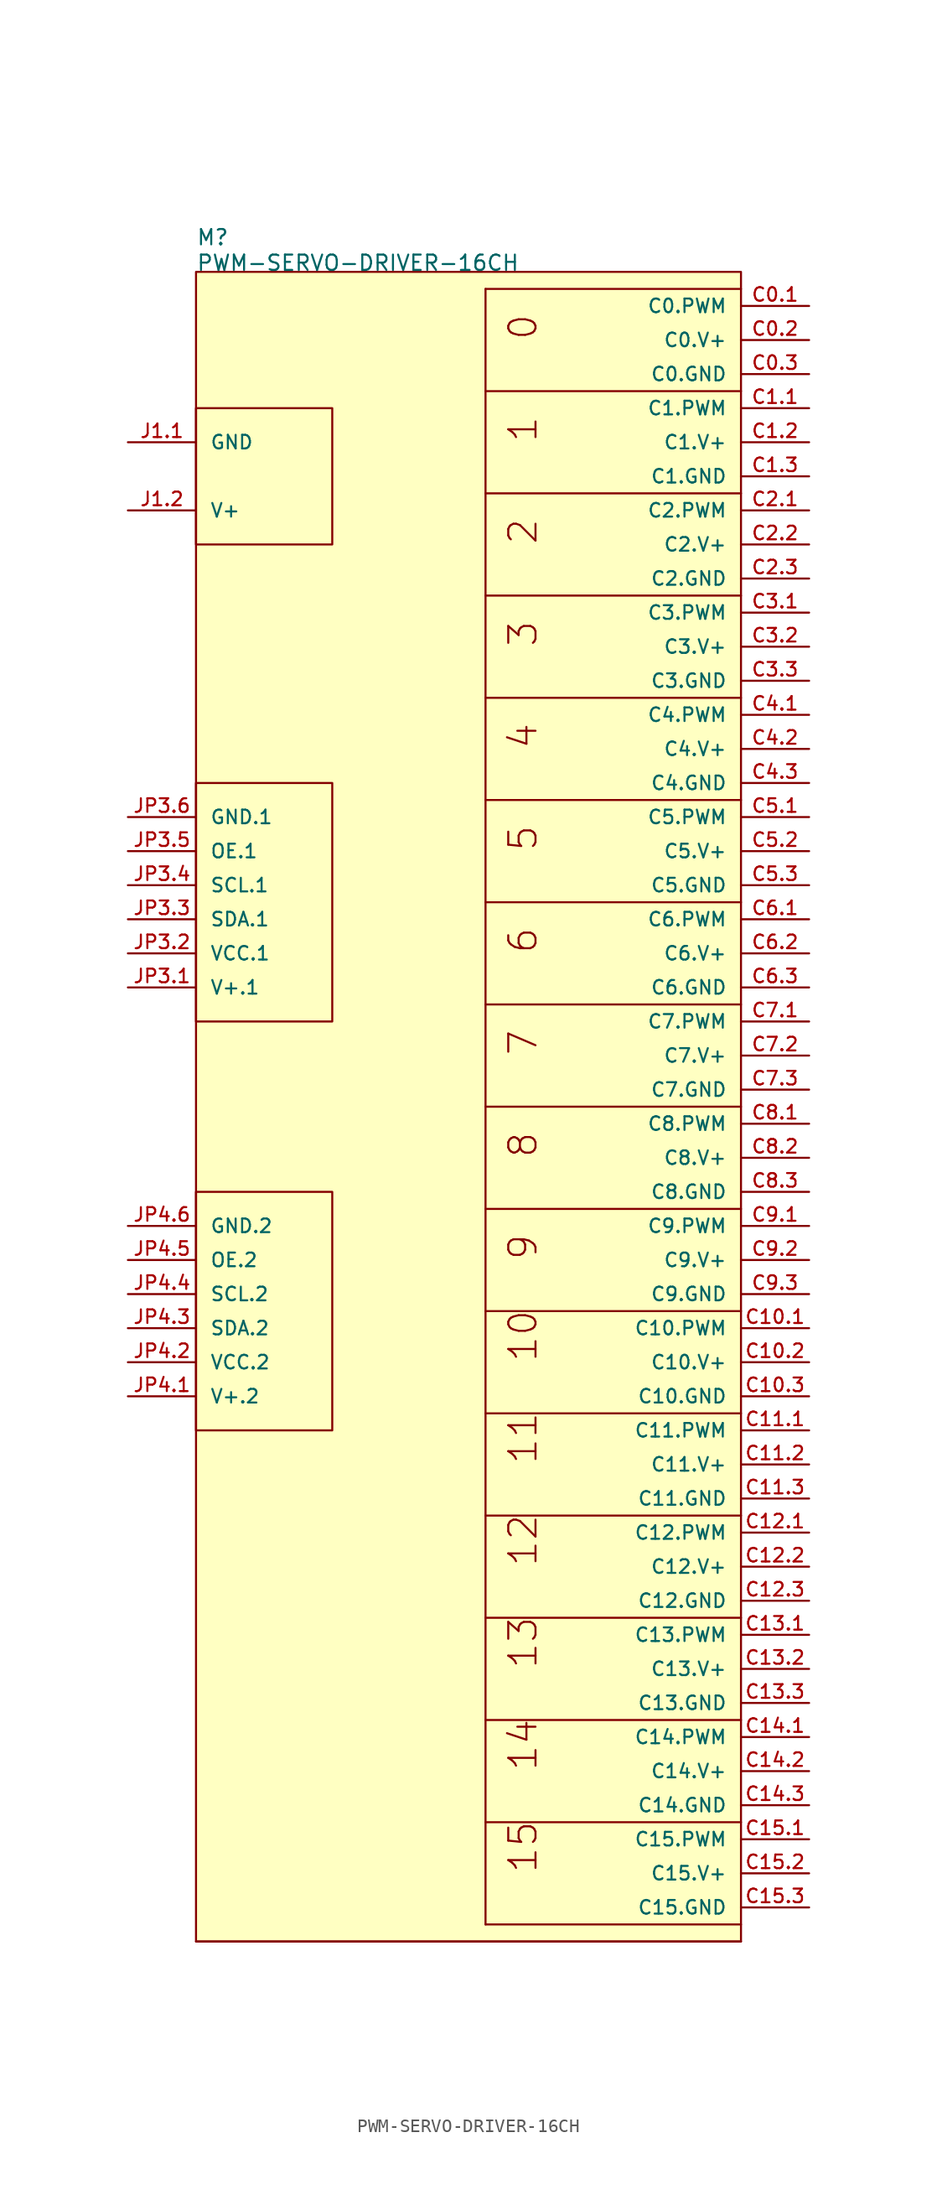
<source format=kicad_sym>
(kicad_symbol_lib
  (version 20231120)
  (generator "kicad_symbol_editor")
  (generator_version "8.0")
  (symbol "PWM-SERVO-DRIVER-16CH"
    (pin_names
      (offset 1.016))
    (property "Reference" "M"
      (at -20.32 62.865 0)
      (effects (font (size 1.143 1.143)) (justify left bottom)))
    (property "Value" "PWM-SERVO-DRIVER-16CH"
      (at -20.32 60.96 0)
      (effects (font (size 1.143 1.143)) (justify left bottom)))
    (property "ki_locked" ""
      (at 0 0 0)
      (effects (font (size 1.27 1.27))))
    (symbol "PWM-SERVO-DRIVER-16CH_1_0"
      (polyline (pts (xy 1.27 -62.23) (xy 20.32 -62.23)) (stroke (width 0) (type default)) (fill (type none)))
      (polyline (pts (xy 1.27 -54.61) (xy 20.32 -54.61)) (stroke (width 0) (type default)) (fill (type none)))
      (polyline (pts (xy 1.27 -46.99) (xy 20.32 -46.99)) (stroke (width 0) (type default)) (fill (type none)))
      (polyline (pts (xy 1.27 -39.37) (xy 20.32 -39.37)) (stroke (width 0) (type default)) (fill (type none)))
      (polyline (pts (xy 1.27 -31.75) (xy 20.32 -31.75)) (stroke (width 0) (type default)) (fill (type none)))
      (polyline (pts (xy 1.27 -24.13) (xy 20.32 -24.13)) (stroke (width 0) (type default)) (fill (type none)))
      (polyline (pts (xy 1.27 -16.51) (xy 20.32 -16.51)) (stroke (width 0) (type default)) (fill (type none)))
      (polyline (pts (xy 1.27 -8.89) (xy 20.32 -8.89)) (stroke (width 0) (type default)) (fill (type none)))
      (polyline (pts (xy 1.27 -1.27) (xy 20.32 -1.27)) (stroke (width 0) (type default)) (fill (type none)))
      (polyline (pts (xy 1.27 6.35) (xy 20.32 6.35)) (stroke (width 0) (type default)) (fill (type none)))
      (polyline (pts (xy 1.27 13.97) (xy 20.32 13.97)) (stroke (width 0) (type default)) (fill (type none)))
      (polyline (pts (xy 1.27 21.59) (xy 20.32 21.59)) (stroke (width 0) (type default)) (fill (type none)))
      (polyline (pts (xy 1.27 29.21) (xy 20.32 29.21)) (stroke (width 0) (type default)) (fill (type none)))
      (polyline (pts (xy 1.27 36.83) (xy 20.32 36.83)) (stroke (width 0) (type default)) (fill (type none)))
      (polyline (pts (xy 1.27 44.45) (xy 20.32 44.45)) (stroke (width 0) (type default)) (fill (type none)))
      (polyline (pts (xy 1.27 52.07) (xy 20.32 52.07)) (stroke (width 0) (type default)) (fill (type none)))
      (polyline (pts (xy 1.27 59.69) (xy 1.27 -62.23)) (stroke (width 0) (type default)) (fill (type none)))
      (polyline (pts (xy 1.27 59.69) (xy 20.32 59.69)) (stroke (width 0) (type default)) (fill (type none)))
      (polyline (pts (xy 20.32 -63.5) (xy -20.32 -63.5)) (stroke (width 0) (type default)) (fill (type none)))
      (text "0" (at 4.064 56.845 900) (effects (font (size 2.032 2.032))))
      (text "1" (at 4.064 49.225 900) (effects (font (size 2.032 2.032))))
      (text "10" (at 4.064 -18.364 900) (effects (font (size 2.032 2.032))))
      (text "11" (at 4.064 -25.984 900) (effects (font (size 2.032 2.032))))
      (text "12" (at 4.064 -33.604 900) (effects (font (size 2.032 2.032))))
      (text "13" (at 4.064 -41.224 900) (effects (font (size 2.032 2.032))))
      (text "14" (at 4.064 -48.844 900) (effects (font (size 2.032 2.032))))
      (text "15" (at 4.064 -56.464 900) (effects (font (size 2.032 2.032))))
      (text "2" (at 4.064 41.605 900) (effects (font (size 2.032 2.032))))
      (text "3" (at 4.064 33.985 900) (effects (font (size 2.032 2.032))))
      (text "4" (at 4.064 26.365 900) (effects (font (size 2.032 2.032))))
      (text "5" (at 4.064 18.745 900) (effects (font (size 2.032 2.032))))
      (text "6" (at 4.064 11.125 900) (effects (font (size 2.032 2.032))))
      (text "7" (at 4.064 3.505 900) (effects (font (size 2.032 2.032))))
      (text "8" (at 4.064 -4.115 900) (effects (font (size 2.032 2.032))))
      (text "9" (at 4.064 -11.735 900) (effects (font (size 2.032 2.032)))))
    (symbol "PWM-SERVO-DRIVER-16CH_1_1"
      (rectangle (start -20.32 -63.5) (end 20.32 60.96) (stroke (width 0) (type default)) (fill (type background)))
      (rectangle (start -10.16 -7.62) (end -20.32 -25.4) (stroke (width 0) (type default)) (fill (type none)))
      (rectangle (start -10.16 5.08) (end -20.32 22.86) (stroke (width 0) (type default)) (fill (type none)))
      (rectangle (start -10.16 40.64) (end -20.32 50.8) (stroke (width 0) (type default)) (fill (type none)))
      (pin bidirectional line (at 25.4 58.42 180) (length 5.08) (name "C0.PWM" (effects (font (size 1.016 1.016)))) (number "C0.1" (effects (font (size 1.016 1.016)))))
      (pin bidirectional line (at 25.4 55.88 180) (length 5.08) (name "C0.V+" (effects (font (size 1.016 1.016)))) (number "C0.2" (effects (font (size 1.016 1.016)))))
      (pin bidirectional line (at 25.4 53.34 180) (length 5.08) (name "C0.GND" (effects (font (size 1.016 1.016)))) (number "C0.3" (effects (font (size 1.016 1.016)))))
      (pin bidirectional line (at 25.4 50.8 180) (length 5.08) (name "C1.PWM" (effects (font (size 1.016 1.016)))) (number "C1.1" (effects (font (size 1.016 1.016)))))
      (pin bidirectional line (at 25.4 48.26 180) (length 5.08) (name "C1.V+" (effects (font (size 1.016 1.016)))) (number "C1.2" (effects (font (size 1.016 1.016)))))
      (pin bidirectional line (at 25.4 45.72 180) (length 5.08) (name "C1.GND" (effects (font (size 1.016 1.016)))) (number "C1.3" (effects (font (size 1.016 1.016)))))
      (pin bidirectional line (at 25.4 -17.78 180) (length 5.08) (name "C10.PWM" (effects (font (size 1.016 1.016)))) (number "C10.1" (effects (font (size 1.016 1.016)))))
      (pin bidirectional line (at 25.4 -20.32 180) (length 5.08) (name "C10.V+" (effects (font (size 1.016 1.016)))) (number "C10.2" (effects (font (size 1.016 1.016)))))
      (pin bidirectional line (at 25.4 -22.86 180) (length 5.08) (name "C10.GND" (effects (font (size 1.016 1.016)))) (number "C10.3" (effects (font (size 1.016 1.016)))))
      (pin bidirectional line (at 25.4 -25.4 180) (length 5.08) (name "C11.PWM" (effects (font (size 1.016 1.016)))) (number "C11.1" (effects (font (size 1.016 1.016)))))
      (pin bidirectional line (at 25.4 -27.94 180) (length 5.08) (name "C11.V+" (effects (font (size 1.016 1.016)))) (number "C11.2" (effects (font (size 1.016 1.016)))))
      (pin bidirectional line (at 25.4 -30.48 180) (length 5.08) (name "C11.GND" (effects (font (size 1.016 1.016)))) (number "C11.3" (effects (font (size 1.016 1.016)))))
      (pin bidirectional line (at 25.4 -33.02 180) (length 5.08) (name "C12.PWM" (effects (font (size 1.016 1.016)))) (number "C12.1" (effects (font (size 1.016 1.016)))))
      (pin bidirectional line (at 25.4 -35.56 180) (length 5.08) (name "C12.V+" (effects (font (size 1.016 1.016)))) (number "C12.2" (effects (font (size 1.016 1.016)))))
      (pin bidirectional line (at 25.4 -38.1 180) (length 5.08) (name "C12.GND" (effects (font (size 1.016 1.016)))) (number "C12.3" (effects (font (size 1.016 1.016)))))
      (pin bidirectional line (at 25.4 -40.64 180) (length 5.08) (name "C13.PWM" (effects (font (size 1.016 1.016)))) (number "C13.1" (effects (font (size 1.016 1.016)))))
      (pin bidirectional line (at 25.4 -43.18 180) (length 5.08) (name "C13.V+" (effects (font (size 1.016 1.016)))) (number "C13.2" (effects (font (size 1.016 1.016)))))
      (pin bidirectional line (at 25.4 -45.72 180) (length 5.08) (name "C13.GND" (effects (font (size 1.016 1.016)))) (number "C13.3" (effects (font (size 1.016 1.016)))))
      (pin bidirectional line (at 25.4 -48.26 180) (length 5.08) (name "C14.PWM" (effects (font (size 1.016 1.016)))) (number "C14.1" (effects (font (size 1.016 1.016)))))
      (pin bidirectional line (at 25.4 -50.8 180) (length 5.08) (name "C14.V+" (effects (font (size 1.016 1.016)))) (number "C14.2" (effects (font (size 1.016 1.016)))))
      (pin bidirectional line (at 25.4 -53.34 180) (length 5.08) (name "C14.GND" (effects (font (size 1.016 1.016)))) (number "C14.3" (effects (font (size 1.016 1.016)))))
      (pin bidirectional line (at 25.4 -55.88 180) (length 5.08) (name "C15.PWM" (effects (font (size 1.016 1.016)))) (number "C15.1" (effects (font (size 1.016 1.016)))))
      (pin bidirectional line (at 25.4 -58.42 180) (length 5.08) (name "C15.V+" (effects (font (size 1.016 1.016)))) (number "C15.2" (effects (font (size 1.016 1.016)))))
      (pin bidirectional line (at 25.4 -60.96 180) (length 5.08) (name "C15.GND" (effects (font (size 1.016 1.016)))) (number "C15.3" (effects (font (size 1.016 1.016)))))
      (pin bidirectional line (at 25.4 43.18 180) (length 5.08) (name "C2.PWM" (effects (font (size 1.016 1.016)))) (number "C2.1" (effects (font (size 1.016 1.016)))))
      (pin bidirectional line (at 25.4 40.64 180) (length 5.08) (name "C2.V+" (effects (font (size 1.016 1.016)))) (number "C2.2" (effects (font (size 1.016 1.016)))))
      (pin bidirectional line (at 25.4 38.1 180) (length 5.08) (name "C2.GND" (effects (font (size 1.016 1.016)))) (number "C2.3" (effects (font (size 1.016 1.016)))))
      (pin bidirectional line (at 25.4 35.56 180) (length 5.08) (name "C3.PWM" (effects (font (size 1.016 1.016)))) (number "C3.1" (effects (font (size 1.016 1.016)))))
      (pin bidirectional line (at 25.4 33.02 180) (length 5.08) (name "C3.V+" (effects (font (size 1.016 1.016)))) (number "C3.2" (effects (font (size 1.016 1.016)))))
      (pin bidirectional line (at 25.4 30.48 180) (length 5.08) (name "C3.GND" (effects (font (size 1.016 1.016)))) (number "C3.3" (effects (font (size 1.016 1.016)))))
      (pin bidirectional line (at 25.4 27.94 180) (length 5.08) (name "C4.PWM" (effects (font (size 1.016 1.016)))) (number "C4.1" (effects (font (size 1.016 1.016)))))
      (pin bidirectional line (at 25.4 25.4 180) (length 5.08) (name "C4.V+" (effects (font (size 1.016 1.016)))) (number "C4.2" (effects (font (size 1.016 1.016)))))
      (pin bidirectional line (at 25.4 22.86 180) (length 5.08) (name "C4.GND" (effects (font (size 1.016 1.016)))) (number "C4.3" (effects (font (size 1.016 1.016)))))
      (pin bidirectional line (at 25.4 20.32 180) (length 5.08) (name "C5.PWM" (effects (font (size 1.016 1.016)))) (number "C5.1" (effects (font (size 1.016 1.016)))))
      (pin bidirectional line (at 25.4 17.78 180) (length 5.08) (name "C5.V+" (effects (font (size 1.016 1.016)))) (number "C5.2" (effects (font (size 1.016 1.016)))))
      (pin bidirectional line (at 25.4 15.24 180) (length 5.08) (name "C5.GND" (effects (font (size 1.016 1.016)))) (number "C5.3" (effects (font (size 1.016 1.016)))))
      (pin bidirectional line (at 25.4 12.7 180) (length 5.08) (name "C6.PWM" (effects (font (size 1.016 1.016)))) (number "C6.1" (effects (font (size 1.016 1.016)))))
      (pin bidirectional line (at 25.4 10.16 180) (length 5.08) (name "C6.V+" (effects (font (size 1.016 1.016)))) (number "C6.2" (effects (font (size 1.016 1.016)))))
      (pin bidirectional line (at 25.4 7.62 180) (length 5.08) (name "C6.GND" (effects (font (size 1.016 1.016)))) (number "C6.3" (effects (font (size 1.016 1.016)))))
      (pin bidirectional line (at 25.4 5.08 180) (length 5.08) (name "C7.PWM" (effects (font (size 1.016 1.016)))) (number "C7.1" (effects (font (size 1.016 1.016)))))
      (pin bidirectional line (at 25.4 2.54 180) (length 5.08) (name "C7.V+" (effects (font (size 1.016 1.016)))) (number "C7.2" (effects (font (size 1.016 1.016)))))
      (pin bidirectional line (at 25.4 0 180) (length 5.08) (name "C7.GND" (effects (font (size 1.016 1.016)))) (number "C7.3" (effects (font (size 1.016 1.016)))))
      (pin bidirectional line (at 25.4 -2.54 180) (length 5.08) (name "C8.PWM" (effects (font (size 1.016 1.016)))) (number "C8.1" (effects (font (size 1.016 1.016)))))
      (pin bidirectional line (at 25.4 -5.08 180) (length 5.08) (name "C8.V+" (effects (font (size 1.016 1.016)))) (number "C8.2" (effects (font (size 1.016 1.016)))))
      (pin bidirectional line (at 25.4 -7.62 180) (length 5.08) (name "C8.GND" (effects (font (size 1.016 1.016)))) (number "C8.3" (effects (font (size 1.016 1.016)))))
      (pin bidirectional line (at 25.4 -10.16 180) (length 5.08) (name "C9.PWM" (effects (font (size 1.016 1.016)))) (number "C9.1" (effects (font (size 1.016 1.016)))))
      (pin bidirectional line (at 25.4 -12.7 180) (length 5.08) (name "C9.V+" (effects (font (size 1.016 1.016)))) (number "C9.2" (effects (font (size 1.016 1.016)))))
      (pin bidirectional line (at 25.4 -15.24 180) (length 5.08) (name "C9.GND" (effects (font (size 1.016 1.016)))) (number "C9.3" (effects (font (size 1.016 1.016)))))
      (pin power_in line (at -25.4 48.26 0) (length 5.08) (name "GND" (effects (font (size 1.016 1.016)))) (number "J1.1" (effects (font (size 1.016 1.016)))))
      (pin power_in line (at -25.4 43.18 0) (length 5.08) (name "V+" (effects (font (size 1.016 1.016)))) (number "J1.2" (effects (font (size 1.016 1.016)))))
      (pin power_in line (at -25.4 7.62 0) (length 5.08) (name "V+.1" (effects (font (size 1.016 1.016)))) (number "JP3.1" (effects (font (size 1.016 1.016)))))
      (pin power_in line (at -25.4 10.16 0) (length 5.08) (name "VCC.1" (effects (font (size 1.016 1.016)))) (number "JP3.2" (effects (font (size 1.016 1.016)))))
      (pin bidirectional line (at -25.4 12.7 0) (length 5.08) (name "SDA.1" (effects (font (size 1.016 1.016)))) (number "JP3.3" (effects (font (size 1.016 1.016)))))
      (pin bidirectional line (at -25.4 15.24 0) (length 5.08) (name "SCL.1" (effects (font (size 1.016 1.016)))) (number "JP3.4" (effects (font (size 1.016 1.016)))))
      (pin bidirectional line (at -25.4 17.78 0) (length 5.08) (name "OE.1" (effects (font (size 1.016 1.016)))) (number "JP3.5" (effects (font (size 1.016 1.016)))))
      (pin power_in line (at -25.4 20.32 0) (length 5.08) (name "GND.1" (effects (font (size 1.016 1.016)))) (number "JP3.6" (effects (font (size 1.016 1.016)))))
      (pin power_in line (at -25.4 -22.86 0) (length 5.08) (name "V+.2" (effects (font (size 1.016 1.016)))) (number "JP4.1" (effects (font (size 1.016 1.016)))))
      (pin power_in line (at -25.4 -20.32 0) (length 5.08) (name "VCC.2" (effects (font (size 1.016 1.016)))) (number "JP4.2" (effects (font (size 1.016 1.016)))))
      (pin bidirectional line (at -25.4 -17.78 0) (length 5.08) (name "SDA.2" (effects (font (size 1.016 1.016)))) (number "JP4.3" (effects (font (size 1.016 1.016)))))
      (pin bidirectional line (at -25.4 -15.24 0) (length 5.08) (name "SCL.2" (effects (font (size 1.016 1.016)))) (number "JP4.4" (effects (font (size 1.016 1.016)))))
      (pin bidirectional line (at -25.4 -12.7 0) (length 5.08) (name "OE.2" (effects (font (size 1.016 1.016)))) (number "JP4.5" (effects (font (size 1.016 1.016)))))
      (pin power_in line (at -25.4 -10.16 0) (length 5.08) (name "GND.2" (effects (font (size 1.016 1.016)))) (number "JP4.6" (effects (font (size 1.016 1.016))))))))
</source>
